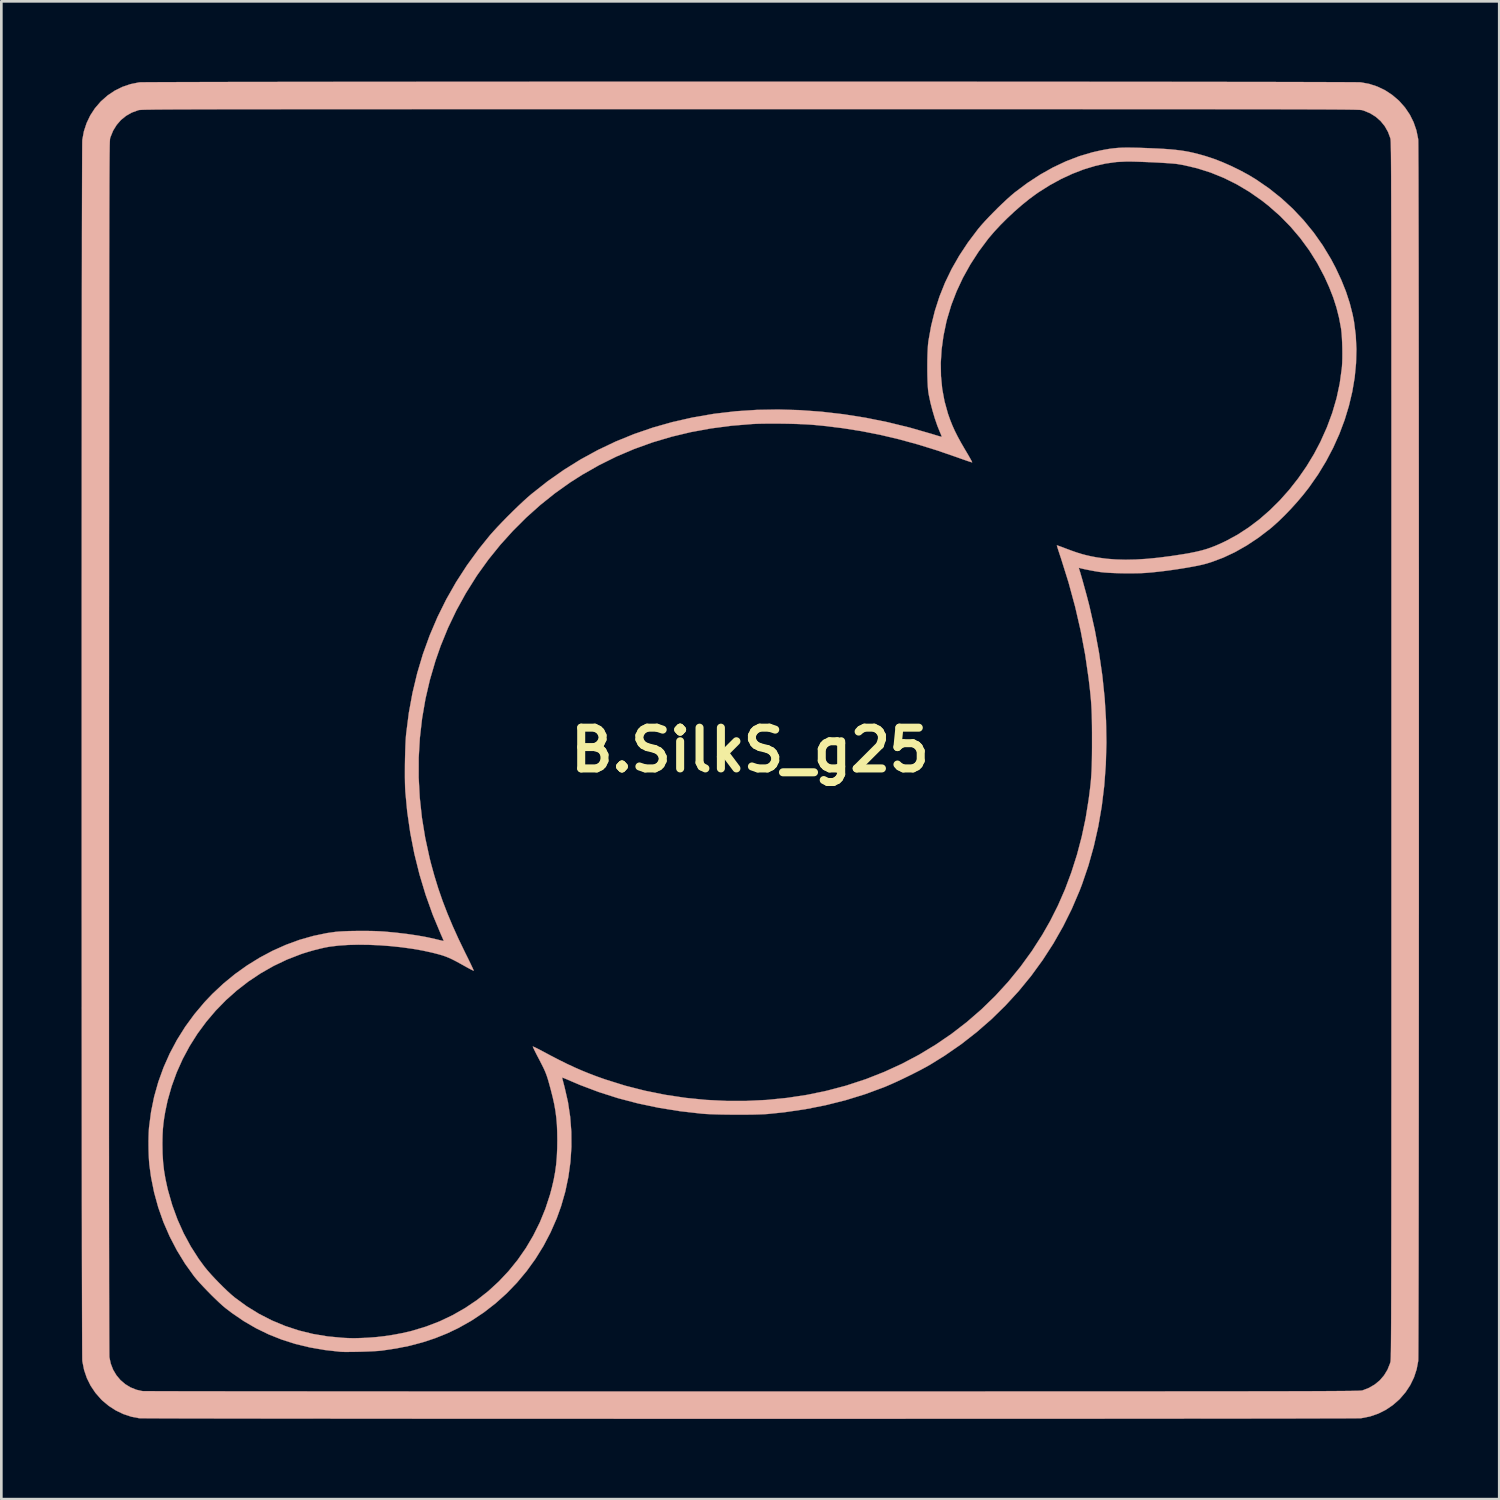
<source format=kicad_pcb>
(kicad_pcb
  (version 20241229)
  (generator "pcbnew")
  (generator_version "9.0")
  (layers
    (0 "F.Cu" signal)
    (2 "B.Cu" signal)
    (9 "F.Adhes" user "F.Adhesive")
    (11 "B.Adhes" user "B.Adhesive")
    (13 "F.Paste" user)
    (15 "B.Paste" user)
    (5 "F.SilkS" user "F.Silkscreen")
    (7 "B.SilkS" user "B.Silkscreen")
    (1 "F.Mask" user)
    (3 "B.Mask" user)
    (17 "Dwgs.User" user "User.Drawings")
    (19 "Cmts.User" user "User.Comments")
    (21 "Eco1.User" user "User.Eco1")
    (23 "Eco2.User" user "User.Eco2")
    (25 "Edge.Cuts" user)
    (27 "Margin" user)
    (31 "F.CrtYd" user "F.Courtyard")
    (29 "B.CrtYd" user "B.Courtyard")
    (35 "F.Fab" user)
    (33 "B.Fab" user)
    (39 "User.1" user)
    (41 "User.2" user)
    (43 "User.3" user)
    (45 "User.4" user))
  (footprint "B.SilkS_g25"
    (layer "F.Cu")
    (at 25.004 25.004)
    (property "Reference" "B.SilkS_g25" (at 0 0 0) (layer "F.SilkS") (effects (font (size 1.524 1.524) (thickness 0.3))))
    (attr through_hole)
    (fp_poly (pts (xy 0.975 -24.999) (xy 1.828 -24.999) (xy 2.678 -24.999) (xy 3.525 -24.999) (xy 4.368 -24.999) (xy 5.205 -24.999) (xy 6.036 -24.999) (xy 6.859 -24.998) (xy 7.674 -24.998) (xy 8.479 -24.998) (xy 9.273 -24.997) (xy 10.055 -24.997) (xy 10.825 -24.997) (xy 11.58 -24.996) (xy 12.32 -24.996) (xy 13.045 -24.995) (xy 13.752 -24.995) (xy 14.441 -24.994) (xy 15.111 -24.994) (xy 15.761 -24.993) (xy 16.389 -24.992) (xy 16.994 -24.992) (xy 17.577 -24.991) (xy 18.134 -24.99) (xy 18.666 -24.989) (xy 19.172 -24.989) (xy 19.649 -24.988) (xy 20.098 -24.987) (xy 20.517 -24.986) (xy 20.905 -24.985) (xy 21.261 -24.984) (xy 21.584 -24.983) (xy 21.873 -24.982) (xy 22.127 -24.981) (xy 22.344 -24.98) (xy 22.524 -24.979) (xy 22.666 -24.978) (xy 22.768 -24.977) (xy 22.83 -24.975) (xy 22.849 -24.974) (xy 23.166 -24.915) (xy 23.469 -24.815) (xy 23.755 -24.678) (xy 24.023 -24.502) (xy 24.27 -24.291) (xy 24.292 -24.269) (xy 24.504 -24.028) (xy 24.682 -23.765) (xy 24.823 -23.481) (xy 24.927 -23.18) (xy 24.991 -22.865) (xy 24.996 -22.828) (xy 24.997 -22.797) (xy 24.998 -22.725) (xy 24.999 -22.612) (xy 25 -22.46) (xy 25.001 -22.27) (xy 25.002 -22.043) (xy 25.004 -21.78) (xy 25.005 -21.482) (xy 25.006 -21.151) (xy 25.006 -20.786) (xy 25.007 -20.39) (xy 25.008 -19.963) (xy 25.009 -19.507) (xy 25.01 -19.022) (xy 25.011 -18.51) (xy 25.012 -17.971) (xy 25.012 -17.407) (xy 25.013 -16.818) (xy 25.014 -16.207) (xy 25.014 -15.573) (xy 25.015 -14.918) (xy 25.015 -14.243) (xy 25.016 -13.549) (xy 25.017 -12.837) (xy 25.017 -12.109) (xy 25.017 -11.364) (xy 25.018 -10.605) (xy 25.018 -9.832) (xy 25.019 -9.047) (xy 25.019 -8.25) (xy 25.019 -7.442) (xy 25.02 -6.625) (xy 25.02 -5.8) (xy 25.02 -4.968) (xy 25.02 -4.129) (xy 25.02 -3.285) (xy 25.02 -2.437) (xy 25.02 -1.586) (xy 25.02 -0.733) (xy 25.02 0.121) (xy 25.02 0.975) (xy 25.02 1.828) (xy 25.02 2.678) (xy 25.02 3.525) (xy 25.02 4.368) (xy 25.02 5.205) (xy 25.02 6.036) (xy 25.019 6.859) (xy 25.019 7.674) (xy 25.019 8.479) (xy 25.019 9.273) (xy 25.018 10.055) (xy 25.018 10.825) (xy 25.017 11.58) (xy 25.017 12.32) (xy 25.016 13.045) (xy 25.016 13.752) (xy 25.015 14.441) (xy 25.015 15.111) (xy 25.014 15.761) (xy 25.013 16.389) (xy 25.013 16.994) (xy 25.012 17.577) (xy 25.011 18.134) (xy 25.011 18.666) (xy 25.01 19.172) (xy 25.009 19.649) (xy 25.008 20.098) (xy 25.007 20.517) (xy 25.006 20.905) (xy 25.005 21.261) (xy 25.004 21.584) (xy 25.003 21.873) (xy 25.002 22.127) (xy 25.001 22.344) (xy 25 22.524) (xy 24.999 22.666) (xy 24.998 22.768) (xy 24.996 22.83) (xy 24.996 22.849) (xy 24.936 23.166) (xy 24.837 23.468) (xy 24.699 23.753) (xy 24.524 24.02) (xy 24.313 24.266) (xy 24.29 24.29) (xy 24.046 24.504) (xy 23.781 24.683) (xy 23.497 24.825) (xy 23.197 24.928) (xy 22.882 24.991) (xy 22.849 24.996) (xy 22.82 24.997) (xy 22.748 24.998) (xy 22.637 24.999) (xy 22.487 25) (xy 22.298 25.001) (xy 22.073 25.002) (xy 21.811 25.002) (xy 21.515 25.003) (xy 21.184 25.004) (xy 20.821 25.005) (xy 20.426 25.006) (xy 20.001 25.007) (xy 19.546 25.007) (xy 19.062 25.008) (xy 18.551 25.009) (xy 18.014 25.009) (xy 17.451 25.01) (xy 16.863 25.011) (xy 16.253 25.011) (xy 15.62 25.012) (xy 14.966 25.012) (xy 14.293 25.013) (xy 13.6 25.013) (xy 12.889 25.014) (xy 12.161 25.014) (xy 11.418 25.014) (xy 10.659 25.015) (xy 9.887 25.015) (xy 9.103 25.015) (xy 8.307 25.016) (xy 7.5 25.016) (xy 6.684 25.016) (xy 5.859 25.016) (xy 5.027 25.017) (xy 4.189 25.017) (xy 3.345 25.017) (xy 2.498 25.017) (xy 1.647 25.017) (xy 0.794 25.017) (xy -0.06 25.017) (xy -0.914 25.017) (xy -1.766 25.017) (xy -2.617 25.017) (xy -3.464 25.017) (xy -4.307 25.017) (xy -5.144 25.016) (xy -5.975 25.016) (xy -6.799 25.016) (xy -7.613 25.016) (xy -8.419 25.016) (xy -9.213 25.015) (xy -9.996 25.015) (xy -10.767 25.015) (xy -11.523 25.014) (xy -12.264 25.014) (xy -12.99 25.013) (xy -13.698 25.013) (xy -14.388 25.012) (xy -15.059 25.012) (xy -15.71 25.011) (xy -16.34 25.011) (xy -16.947 25.01) (xy -17.531 25.01) (xy -18.09 25.009) (xy -18.624 25.008) (xy -19.132 25.008) (xy -19.611 25.007) (xy -20.062 25.006) (xy -20.484 25.005) (xy -20.874 25.005) (xy -21.233 25.004) (xy -21.558 25.003) (xy -21.85 25.002) (xy -22.106 25.001) (xy -22.327 25) (xy -22.51 24.999) (xy -22.655 24.998) (xy -22.761 24.997) (xy -22.826 24.996) (xy -22.849 24.995) (xy -23.147 24.937) (xy -23.438 24.84) (xy -23.718 24.706) (xy -23.979 24.539) (xy -24.217 24.342) (xy -24.269 24.291) (xy -24.484 24.046) (xy -24.663 23.78) (xy -24.804 23.496) (xy -24.907 23.195) (xy -24.97 22.88) (xy -24.974 22.849) (xy -24.976 22.818) (xy -24.977 22.746) (xy -24.978 22.633) (xy -24.979 22.481) (xy -24.98 22.291) (xy -24.981 22.064) (xy -24.982 21.801) (xy -24.983 21.504) (xy -24.984 21.172) (xy -24.985 20.808) (xy -24.986 20.411) (xy -24.987 19.985) (xy -24.988 19.528) (xy -24.989 19.043) (xy -24.99 18.531) (xy -24.99 17.992) (xy -24.991 17.428) (xy -24.992 16.84) (xy -24.992 16.228) (xy -24.993 15.594) (xy -24.994 14.939) (xy -24.994 14.264) (xy -24.995 13.57) (xy -24.995 12.859) (xy -24.996 12.13) (xy -24.996 11.386) (xy -24.997 10.626) (xy -24.997 9.853) (xy -24.997 9.068) (xy -24.998 8.58) (xy -23.978 8.58) (xy -23.978 9.652) (xy -23.978 10.682) (xy -23.978 11.67) (xy -23.978 12.615) (xy -23.978 13.518) (xy -23.978 14.379) (xy -23.977 15.197) (xy -23.977 15.974) (xy -23.977 16.708) (xy -23.976 17.4) (xy -23.976 18.049) (xy -23.975 18.656) (xy -23.974 19.221) (xy -23.974 19.744) (xy -23.973 20.224) (xy -23.972 20.662) (xy -23.971 21.058) (xy -23.97 21.412) (xy -23.969 21.723) (xy -23.968 21.992) (xy -23.967 22.219) (xy -23.966 22.403) (xy -23.965 22.545) (xy -23.964 22.644) (xy -23.963 22.702) (xy -23.962 22.716) (xy -23.91 22.957) (xy -23.823 23.181) (xy -23.702 23.385) (xy -23.552 23.565) (xy -23.375 23.718) (xy -23.175 23.841) (xy -22.955 23.93) (xy -22.736 23.98) (xy -22.71 23.981) (xy -22.642 23.982) (xy -22.534 23.983) (xy -22.386 23.983) (xy -22.199 23.984) (xy -21.974 23.985) (xy -21.712 23.985) (xy -21.414 23.986) (xy -21.081 23.987) (xy -20.713 23.987) (xy -20.311 23.988) (xy -19.877 23.988) (xy -19.41 23.989) (xy -18.913 23.99) (xy -18.386 23.99) (xy -17.829 23.991) (xy -17.244 23.991) (xy -16.632 23.991) (xy -15.992 23.992) (xy -15.328 23.992) (xy -14.638 23.993) (xy -13.924 23.993) (xy -13.187 23.993) (xy -12.427 23.994) (xy -11.647 23.994) (xy -10.845 23.994) (xy -10.024 23.994) (xy -9.184 23.995) (xy -8.327 23.995) (xy -7.452 23.995) (xy -6.561 23.995) (xy -5.655 23.995) (xy -4.734 23.995) (xy -3.799 23.995) (xy -2.852 23.995) (xy -1.893 23.995) (xy -0.924 23.995) (xy 0.056 23.995) (xy 0.085 23.995) (xy 1.265 23.995) (xy 2.404 23.995) (xy 3.503 23.994) (xy 4.561 23.994) (xy 5.58 23.994) (xy 6.56 23.994) (xy 7.502 23.994) (xy 8.408 23.994) (xy 9.277 23.993) (xy 10.11 23.993) (xy 10.909 23.993) (xy 11.673 23.993) (xy 12.404 23.993) (xy 13.103 23.992) (xy 13.769 23.992) (xy 14.405 23.992) (xy 15.01 23.992) (xy 15.586 23.991) (xy 16.132 23.991) (xy 16.651 23.991) (xy 17.142 23.99) (xy 17.607 23.99) (xy 18.046 23.989) (xy 18.459 23.989) (xy 18.849 23.988) (xy 19.214 23.988) (xy 19.557 23.987) (xy 19.878 23.987) (xy 20.177 23.986) (xy 20.456 23.985) (xy 20.715 23.985) (xy 20.955 23.984) (xy 21.176 23.983) (xy 21.38 23.982) (xy 21.567 23.981) (xy 21.738 23.98) (xy 21.893 23.979) (xy 22.034 23.978) (xy 22.161 23.977) (xy 22.275 23.976) (xy 22.376 23.975) (xy 22.466 23.974) (xy 22.545 23.973) (xy 22.614 23.971) (xy 22.673 23.97) (xy 22.724 23.969) (xy 22.767 23.967) (xy 22.803 23.965) (xy 22.832 23.964) (xy 22.856 23.962) (xy 22.875 23.96) (xy 22.889 23.959) (xy 22.901 23.957) (xy 22.909 23.955) (xy 22.913 23.954) (xy 23.154 23.86) (xy 23.37 23.734) (xy 23.56 23.577) (xy 23.719 23.391) (xy 23.847 23.18) (xy 23.941 22.945) (xy 23.954 22.902) (xy 23.956 22.894) (xy 23.958 22.884) (xy 23.96 22.871) (xy 23.962 22.854) (xy 23.963 22.833) (xy 23.965 22.806) (xy 23.967 22.774) (xy 23.968 22.735) (xy 23.97 22.689) (xy 23.971 22.634) (xy 23.972 22.571) (xy 23.974 22.498) (xy 23.975 22.414) (xy 23.976 22.32) (xy 23.977 22.213) (xy 23.978 22.094) (xy 23.979 21.962) (xy 23.98 21.815) (xy 23.981 21.654) (xy 23.982 21.477) (xy 23.983 21.283) (xy 23.984 21.073) (xy 23.984 20.844) (xy 23.985 20.597) (xy 23.986 20.33) (xy 23.986 20.044) (xy 23.987 19.736) (xy 23.987 19.407) (xy 23.988 19.056) (xy 23.988 18.681) (xy 23.989 18.283) (xy 23.989 17.859) (xy 23.99 17.411) (xy 23.99 16.936) (xy 23.99 16.435) (xy 23.991 15.906) (xy 23.991 15.349) (xy 23.991 14.762) (xy 23.991 14.146) (xy 23.991 13.499) (xy 23.992 12.82) (xy 23.992 12.11) (xy 23.992 11.367) (xy 23.992 10.59) (xy 23.992 9.779) (xy 23.992 8.932) (xy 23.992 8.05) (xy 23.992 7.131) (xy 23.992 6.175) (xy 23.992 5.181) (xy 23.992 4.148) (xy 23.992 3.076) (xy 23.992 1.963) (xy 23.992 0.809) (xy 23.992 0.011) (xy 23.992 -1.171) (xy 23.992 -2.312) (xy 23.992 -3.411) (xy 23.992 -4.471) (xy 23.992 -5.491) (xy 23.992 -6.473) (xy 23.992 -7.416) (xy 23.992 -8.323) (xy 23.992 -9.193) (xy 23.992 -10.028) (xy 23.992 -10.828) (xy 23.992 -11.593) (xy 23.992 -12.326) (xy 23.992 -13.026) (xy 23.991 -13.694) (xy 23.991 -14.33) (xy 23.991 -14.937) (xy 23.991 -15.514) (xy 23.99 -16.062) (xy 23.99 -16.582) (xy 23.99 -17.074) (xy 23.99 -17.54) (xy 23.989 -17.98) (xy 23.989 -18.395) (xy 23.988 -18.786) (xy 23.988 -19.153) (xy 23.987 -19.497) (xy 23.987 -19.819) (xy 23.986 -20.119) (xy 23.985 -20.399) (xy 23.985 -20.659) (xy 23.984 -20.9) (xy 23.983 -21.123) (xy 23.983 -21.327) (xy 23.982 -21.516) (xy 23.981 -21.687) (xy 23.98 -21.844) (xy 23.979 -21.986) (xy 23.978 -22.114) (xy 23.977 -22.229) (xy 23.976 -22.331) (xy 23.974 -22.422) (xy 23.973 -22.502) (xy 23.972 -22.572) (xy 23.97 -22.632) (xy 23.969 -22.684) (xy 23.968 -22.728) (xy 23.966 -22.764) (xy 23.964 -22.794) (xy 23.963 -22.819) (xy 23.961 -22.839) (xy 23.959 -22.854) (xy 23.957 -22.866) (xy 23.955 -22.876) (xy 23.954 -22.881) (xy 23.866 -23.119) (xy 23.744 -23.335) (xy 23.59 -23.525) (xy 23.407 -23.686) (xy 23.198 -23.817) (xy 22.965 -23.914) (xy 22.902 -23.933) (xy 22.894 -23.935) (xy 22.884 -23.937) (xy 22.871 -23.939) (xy 22.854 -23.94) (xy 22.833 -23.942) (xy 22.806 -23.944) (xy 22.774 -23.945) (xy 22.735 -23.947) (xy 22.689 -23.948) (xy 22.634 -23.95) (xy 22.571 -23.951) (xy 22.498 -23.952) (xy 22.414 -23.954) (xy 22.32 -23.955) (xy 22.213 -23.956) (xy 22.094 -23.957) (xy 21.962 -23.958) (xy 21.815 -23.959) (xy 21.654 -23.96) (xy 21.477 -23.961) (xy 21.283 -23.962) (xy 21.073 -23.962) (xy 20.844 -23.963) (xy 20.597 -23.964) (xy 20.33 -23.965) (xy 20.044 -23.965) (xy 19.736 -23.966) (xy 19.407 -23.966) (xy 19.056 -23.967) (xy 18.681 -23.967) (xy 18.283 -23.968) (xy 17.859 -23.968) (xy 17.411 -23.968) (xy 16.936 -23.969) (xy 16.435 -23.969) (xy 15.906 -23.969) (xy 15.349 -23.97) (xy 14.762 -23.97) (xy 14.146 -23.97) (xy 13.499 -23.97) (xy 12.82 -23.97) (xy 12.11 -23.971) (xy 11.367 -23.971) (xy 10.59 -23.971) (xy 9.779 -23.971) (xy 8.932 -23.971) (xy 8.05 -23.971) (xy 7.131 -23.971) (xy 6.175 -23.971) (xy 5.181 -23.971) (xy 4.148 -23.971) (xy 3.076 -23.971) (xy 1.963 -23.971) (xy 0.809 -23.971) (xy 0.011 -23.971) (xy -1.171 -23.971) (xy -2.312 -23.971) (xy -3.411 -23.971) (xy -4.47 -23.971) (xy -5.49 -23.971) (xy -6.472 -23.971) (xy -7.415 -23.971) (xy -8.322 -23.971) (xy -9.192 -23.971) (xy -10.026 -23.971) (xy -10.826 -23.971) (xy -11.592 -23.971) (xy -12.324 -23.971) (xy -13.024 -23.97) (xy -13.691 -23.97) (xy -14.328 -23.97) (xy -14.935 -23.97) (xy -15.511 -23.97) (xy -16.059 -23.969) (xy -16.579 -23.969) (xy -17.071 -23.969) (xy -17.537 -23.968) (xy -17.977 -23.968) (xy -18.392 -23.968) (xy -18.783 -23.967) (xy -19.149 -23.967) (xy -19.493 -23.966) (xy -19.815 -23.966) (xy -20.116 -23.965) (xy -20.396 -23.964) (xy -20.656 -23.964) (xy -20.897 -23.963) (xy -21.119 -23.962) (xy -21.324 -23.961) (xy -21.512 -23.961) (xy -21.684 -23.96) (xy -21.841 -23.959) (xy -21.982 -23.958) (xy -22.111 -23.957) (xy -22.225 -23.956) (xy -22.328 -23.955) (xy -22.419 -23.953) (xy -22.499 -23.952) (xy -22.569 -23.951) (xy -22.629 -23.949) (xy -22.681 -23.948) (xy -22.725 -23.946) (xy -22.762 -23.945) (xy -22.792 -23.943) (xy -22.817 -23.942) (xy -22.837 -23.94) (xy -22.852 -23.938) (xy -22.865 -23.936) (xy -22.875 -23.934) (xy -22.881 -23.932) (xy -23.123 -23.844) (xy -23.339 -23.721) (xy -23.529 -23.567) (xy -23.69 -23.382) (xy -23.822 -23.169) (xy -23.92 -22.93) (xy -23.933 -22.892) (xy -23.935 -22.884) (xy -23.936 -22.874) (xy -23.938 -22.861) (xy -23.94 -22.845) (xy -23.942 -22.823) (xy -23.943 -22.797) (xy -23.945 -22.765) (xy -23.947 -22.725) (xy -23.948 -22.679) (xy -23.95 -22.624) (xy -23.951 -22.559) (xy -23.952 -22.486) (xy -23.953 -22.401) (xy -23.955 -22.306) (xy -23.956 -22.198) (xy -23.957 -22.078) (xy -23.958 -21.944) (xy -23.959 -21.796) (xy -23.96 -21.633) (xy -23.961 -21.454) (xy -23.962 -21.258) (xy -23.963 -21.046) (xy -23.963 -20.815) (xy -23.964 -20.565) (xy -23.965 -20.296) (xy -23.966 -20.007) (xy -23.966 -19.697) (xy -23.967 -19.365) (xy -23.967 -19.011) (xy -23.968 -18.633) (xy -23.969 -18.231) (xy -23.969 -17.804) (xy -23.97 -17.352) (xy -23.97 -16.874) (xy -23.97 -16.369) (xy -23.971 -15.836) (xy -23.971 -15.274) (xy -23.972 -14.683) (xy -23.972 -14.063) (xy -23.972 -13.411) (xy -23.973 -12.728) (xy -23.973 -12.013) (xy -23.973 -11.264) (xy -23.974 -10.482) (xy -23.974 -9.666) (xy -23.974 -8.814) (xy -23.975 -7.926) (xy -23.975 -7.002) (xy -23.975 -6.039) (xy -23.976 -5.039) (xy -23.976 -4) (xy -23.976 -2.921) (xy -23.977 -1.801) (xy -23.977 -0.64) (xy -23.977 -0.106) (xy -23.977 1.262) (xy -23.978 2.587) (xy -23.978 3.87) (xy -23.978 5.111) (xy -23.978 6.31) (xy -23.978 7.466) (xy -23.978 8.58) (xy -24.998 8.58) (xy -24.998 8.271) (xy -24.998 7.464) (xy -24.998 6.647) (xy -24.999 5.821) (xy -24.999 4.989) (xy -24.999 4.15) (xy -24.999 3.306) (xy -24.999 2.458) (xy -24.999 1.607) (xy -24.999 0.754) (xy -24.999 -0.1) (xy -24.999 -0.954) (xy -24.999 -1.807) (xy -24.999 -2.657) (xy -24.999 -3.504) (xy -24.999 -4.347) (xy -24.999 -5.184) (xy -24.999 -6.015) (xy -24.998 -6.838) (xy -24.998 -7.653) (xy -24.998 -8.458) (xy -24.997 -9.252) (xy -24.997 -10.034) (xy -24.997 -10.803) (xy -24.996 -11.559) (xy -24.996 -12.299) (xy -24.995 -13.024) (xy -24.995 -13.731) (xy -24.994 -14.42) (xy -24.994 -15.09) (xy -24.993 -15.739) (xy -24.992 -16.368) (xy -24.992 -16.973) (xy -24.991 -17.556) (xy -24.99 -18.113) (xy -24.989 -18.645) (xy -24.989 -19.151) (xy -24.988 -19.628) (xy -24.987 -20.077) (xy -24.986 -20.496) (xy -24.985 -20.884) (xy -24.984 -21.24) (xy -24.983 -21.563) (xy -24.982 -21.852) (xy -24.981 -22.106) (xy -24.98 -22.323) (xy -24.979 -22.503) (xy -24.978 -22.645) (xy -24.977 -22.747) (xy -24.975 -22.809) (xy -24.974 -22.828) (xy -24.915 -23.145) (xy -24.815 -23.448) (xy -24.678 -23.735) (xy -24.504 -24.002) (xy -24.294 -24.247) (xy -24.27 -24.27) (xy -24.028 -24.484) (xy -23.763 -24.662) (xy -23.478 -24.803) (xy -23.177 -24.906) (xy -22.861 -24.97) (xy -22.828 -24.974) (xy -22.797 -24.976) (xy -22.725 -24.977) (xy -22.612 -24.978) (xy -22.46 -24.979) (xy -22.27 -24.98) (xy -22.043 -24.981) (xy -21.78 -24.982) (xy -21.482 -24.983) (xy -21.151 -24.984) (xy -20.786 -24.985) (xy -20.39 -24.986) (xy -19.963 -24.987) (xy -19.507 -24.988) (xy -19.022 -24.989) (xy -18.51 -24.99) (xy -17.971 -24.99) (xy -17.407 -24.991) (xy -16.818 -24.992) (xy -16.207 -24.992) (xy -15.573 -24.993) (xy -14.918 -24.994) (xy -14.243 -24.994) (xy -13.549 -24.995) (xy -12.837 -24.995) (xy -12.109 -24.996) (xy -11.364 -24.996) (xy -10.605 -24.997) (xy -9.832 -24.997) (xy -9.047 -24.997) (xy -8.25 -24.998) (xy -7.442 -24.998) (xy -6.625 -24.998) (xy -5.8 -24.999) (xy -4.968 -24.999) (xy -4.129 -24.999) (xy -3.285 -24.999) (xy -2.437 -24.999) (xy -1.586 -24.999) (xy -0.733 -24.999) (xy 0.121 -24.999) (xy 0.975 -24.999)) (stroke (width 0.01) (type solid)) (fill yes) (layer "B.SilkS"))
    (fp_poly (pts (xy 14.299 -22.531) (xy 14.529 -22.526) (xy 14.668 -22.521) (xy 14.984 -22.509) (xy 15.262 -22.497) (xy 15.508 -22.483) (xy 15.727 -22.467) (xy 15.924 -22.448) (xy 16.106 -22.426) (xy 16.276 -22.4) (xy 16.439 -22.37) (xy 16.603 -22.333) (xy 16.77 -22.291) (xy 16.947 -22.242) (xy 17.05 -22.212) (xy 17.351 -22.113) (xy 17.671 -21.989) (xy 18 -21.844) (xy 18.326 -21.685) (xy 18.641 -21.515) (xy 18.923 -21.345) (xy 19.412 -21.009) (xy 19.874 -20.641) (xy 20.308 -20.242) (xy 20.711 -19.813) (xy 21.084 -19.357) (xy 21.424 -18.875) (xy 21.731 -18.367) (xy 21.907 -18.034) (xy 22.118 -17.582) (xy 22.294 -17.144) (xy 22.434 -16.715) (xy 22.542 -16.291) (xy 22.595 -16.016) (xy 22.659 -15.509) (xy 22.684 -14.992) (xy 22.67 -14.467) (xy 22.619 -13.937) (xy 22.529 -13.405) (xy 22.403 -12.873) (xy 22.242 -12.344) (xy 22.045 -11.82) (xy 21.814 -11.306) (xy 21.549 -10.802) (xy 21.252 -10.312) (xy 20.922 -9.839) (xy 20.893 -9.8) (xy 20.69 -9.542) (xy 20.468 -9.279) (xy 20.234 -9.02) (xy 19.996 -8.773) (xy 19.76 -8.544) (xy 19.535 -8.342) (xy 19.452 -8.273) (xy 19.019 -7.942) (xy 18.582 -7.652) (xy 18.142 -7.402) (xy 17.699 -7.194) (xy 17.254 -7.028) (xy 17.073 -6.972) (xy 16.927 -6.934) (xy 16.745 -6.894) (xy 16.534 -6.854) (xy 16.301 -6.813) (xy 16.053 -6.773) (xy 15.796 -6.735) (xy 15.537 -6.7) (xy 15.283 -6.67) (xy 15.04 -6.644) (xy 14.815 -6.625) (xy 14.799 -6.624) (xy 14.639 -6.615) (xy 14.453 -6.61) (xy 14.25 -6.608) (xy 14.037 -6.608) (xy 13.822 -6.612) (xy 13.615 -6.619) (xy 13.424 -6.628) (xy 13.257 -6.64) (xy 13.123 -6.654) (xy 13.105 -6.656) (xy 13.002 -6.672) (xy 12.883 -6.692) (xy 12.756 -6.715) (xy 12.631 -6.74) (xy 12.516 -6.763) (xy 12.419 -6.785) (xy 12.35 -6.802) (xy 12.325 -6.81) (xy 12.301 -6.813) (xy 12.305 -6.787) (xy 12.307 -6.782) (xy 12.323 -6.734) (xy 12.349 -6.652) (xy 12.381 -6.54) (xy 12.42 -6.407) (xy 12.462 -6.257) (xy 12.506 -6.097) (xy 12.551 -5.934) (xy 12.595 -5.773) (xy 12.635 -5.62) (xy 12.671 -5.483) (xy 12.699 -5.37) (xy 12.896 -4.498) (xy 13.056 -3.633) (xy 13.18 -2.777) (xy 13.267 -1.932) (xy 13.318 -1.098) (xy 13.332 -0.276) (xy 13.31 0.532) (xy 13.252 1.325) (xy 13.158 2.102) (xy 13.027 2.862) (xy 12.86 3.603) (xy 12.658 4.325) (xy 12.419 5.027) (xy 12.328 5.264) (xy 12.038 5.942) (xy 11.71 6.602) (xy 11.347 7.24) (xy 10.949 7.855) (xy 10.518 8.448) (xy 10.054 9.015) (xy 9.558 9.556) (xy 9.033 10.07) (xy 8.478 10.554) (xy 7.895 11.009) (xy 7.285 11.431) (xy 6.742 11.768) (xy 6.577 11.861) (xy 6.383 11.966) (xy 6.166 12.077) (xy 5.937 12.191) (xy 5.705 12.304) (xy 5.477 12.411) (xy 5.263 12.507) (xy 5.072 12.589) (xy 5.006 12.616) (xy 4.303 12.875) (xy 3.578 13.099) (xy 2.832 13.286) (xy 2.065 13.437) (xy 1.278 13.552) (xy 0.667 13.615) (xy 0.526 13.624) (xy 0.349 13.631) (xy 0.145 13.637) (xy -0.081 13.64) (xy -0.32 13.642) (xy -0.567 13.642) (xy -0.814 13.639) (xy -1.054 13.636) (xy -1.28 13.63) (xy -1.485 13.623) (xy -1.662 13.614) (xy -1.799 13.604) (xy -2.621 13.51) (xy -3.417 13.382) (xy -4.189 13.22) (xy -4.936 13.024) (xy -5.66 12.793) (xy -6.359 12.529) (xy -6.7 12.384) (xy -6.807 12.337) (xy -6.9 12.298) (xy -6.972 12.27) (xy -7.016 12.255) (xy -7.027 12.254) (xy -7.022 12.279) (xy -7.008 12.338) (xy -6.986 12.423) (xy -6.958 12.529) (xy -6.933 12.625) (xy -6.809 13.17) (xy -6.726 13.724) (xy -6.683 14.284) (xy -6.68 14.846) (xy -6.717 15.409) (xy -6.794 15.968) (xy -6.91 16.521) (xy -7.066 17.065) (xy -7.23 17.52) (xy -7.461 18.047) (xy -7.726 18.553) (xy -8.025 19.035) (xy -8.355 19.492) (xy -8.715 19.923) (xy -9.103 20.326) (xy -9.519 20.699) (xy -9.96 21.041) (xy -10.425 21.349) (xy -10.911 21.623) (xy -11.334 21.824) (xy -11.78 22.003) (xy -12.241 22.155) (xy -12.72 22.282) (xy -13.225 22.384) (xy -13.76 22.464) (xy -13.801 22.469) (xy -13.896 22.478) (xy -14.023 22.486) (xy -14.175 22.494) (xy -14.344 22.501) (xy -14.522 22.507) (xy -14.701 22.511) (xy -14.874 22.514) (xy -15.032 22.515) (xy -15.169 22.515) (xy -15.276 22.512) (xy -15.325 22.509) (xy -15.911 22.443) (xy -16.469 22.346) (xy -17.003 22.217) (xy -17.513 22.055) (xy -18.003 21.86) (xy -18.476 21.63) (xy -18.932 21.365) (xy -19.374 21.063) (xy -19.621 20.875) (xy -19.727 20.786) (xy -19.853 20.671) (xy -19.994 20.537) (xy -20.144 20.391) (xy -20.294 20.238) (xy -20.44 20.086) (xy -20.575 19.941) (xy -20.691 19.81) (xy -20.783 19.699) (xy -20.794 19.685) (xy -21.134 19.211) (xy -21.438 18.714) (xy -21.707 18.197) (xy -21.94 17.662) (xy -22.134 17.112) (xy -22.289 16.549) (xy -22.404 15.978) (xy -22.468 15.507) (xy -22.481 15.341) (xy -22.491 15.146) (xy -22.497 14.933) (xy -22.499 14.764) (xy -21.979 14.764) (xy -21.973 15.107) (xy -21.953 15.423) (xy -21.919 15.728) (xy -21.867 16.036) (xy -21.797 16.36) (xy -21.77 16.472) (xy -21.611 17.027) (xy -21.415 17.563) (xy -21.184 18.078) (xy -20.918 18.57) (xy -20.618 19.039) (xy -20.405 19.329) (xy -20.301 19.457) (xy -20.173 19.603) (xy -20.027 19.761) (xy -19.87 19.924) (xy -19.711 20.083) (xy -19.555 20.233) (xy -19.41 20.365) (xy -19.284 20.472) (xy -19.264 20.488) (xy -18.824 20.809) (xy -18.364 21.092) (xy -17.886 21.337) (xy -17.39 21.544) (xy -16.877 21.713) (xy -16.346 21.844) (xy -15.8 21.935) (xy -15.237 21.988) (xy -15.166 21.992) (xy -15.035 21.998) (xy -14.916 22.001) (xy -14.799 22.002) (xy -14.675 22) (xy -14.534 21.995) (xy -14.366 21.988) (xy -14.245 21.981) (xy -13.961 21.959) (xy -13.652 21.923) (xy -13.333 21.874) (xy -13.017 21.814) (xy -12.719 21.747) (xy -12.647 21.728) (xy -12.119 21.568) (xy -11.609 21.372) (xy -11.12 21.139) (xy -10.653 20.872) (xy -10.209 20.573) (xy -9.789 20.242) (xy -9.395 19.88) (xy -9.029 19.491) (xy -8.691 19.074) (xy -8.383 18.631) (xy -8.107 18.164) (xy -7.863 17.674) (xy -7.654 17.163) (xy -7.48 16.631) (xy -7.411 16.372) (xy -7.342 16.076) (xy -7.289 15.79) (xy -7.25 15.506) (xy -7.225 15.212) (xy -7.211 14.896) (xy -7.207 14.605) (xy -7.211 14.296) (xy -7.222 14.018) (xy -7.244 13.76) (xy -7.276 13.51) (xy -7.32 13.257) (xy -7.379 12.991) (xy -7.453 12.699) (xy -7.464 12.658) (xy -7.511 12.487) (xy -7.551 12.345) (xy -7.589 12.224) (xy -7.628 12.115) (xy -7.671 12.009) (xy -7.722 11.897) (xy -7.785 11.771) (xy -7.862 11.62) (xy -7.91 11.529) (xy -7.974 11.407) (xy -8.029 11.298) (xy -8.074 11.206) (xy -8.106 11.138) (xy -8.123 11.099) (xy -8.124 11.093) (xy -8.104 11.097) (xy -8.053 11.119) (xy -7.977 11.156) (xy -7.881 11.204) (xy -7.772 11.262) (xy -7.768 11.264) (xy -7.431 11.444) (xy -7.123 11.603) (xy -6.836 11.745) (xy -6.563 11.872) (xy -6.298 11.988) (xy -6.033 12.096) (xy -5.762 12.2) (xy -5.478 12.301) (xy -5.387 12.332) (xy -4.661 12.559) (xy -3.921 12.747) (xy -3.171 12.898) (xy -2.413 13.012) (xy -1.651 13.088) (xy -0.886 13.126) (xy -0.123 13.126) (xy 0.637 13.089) (xy 1.39 13.013) (xy 2.134 12.9) (xy 2.866 12.748) (xy 3.582 12.559) (xy 3.636 12.542) (xy 4.341 12.31) (xy 5.026 12.04) (xy 5.69 11.735) (xy 6.332 11.395) (xy 6.951 11.02) (xy 7.546 10.613) (xy 8.115 10.173) (xy 8.658 9.702) (xy 9.173 9.201) (xy 9.659 8.67) (xy 10.116 8.11) (xy 10.542 7.523) (xy 10.936 6.909) (xy 11.227 6.399) (xy 11.519 5.819) (xy 11.785 5.21) (xy 12.022 4.575) (xy 12.231 3.919) (xy 12.408 3.247) (xy 12.554 2.562) (xy 12.665 1.87) (xy 12.667 1.86) (xy 12.695 1.647) (xy 12.719 1.455) (xy 12.739 1.279) (xy 12.755 1.11) (xy 12.767 0.944) (xy 12.777 0.774) (xy 12.784 0.593) (xy 12.789 0.395) (xy 12.792 0.174) (xy 12.794 -0.077) (xy 12.794 -0.36) (xy 12.794 -0.648) (xy 12.792 -0.901) (xy 12.789 -1.125) (xy 12.784 -1.327) (xy 12.777 -1.515) (xy 12.767 -1.694) (xy 12.754 -1.872) (xy 12.737 -2.055) (xy 12.717 -2.251) (xy 12.692 -2.466) (xy 12.667 -2.678) (xy 12.539 -3.562) (xy 12.371 -4.454) (xy 12.164 -5.354) (xy 11.917 -6.264) (xy 11.629 -7.184) (xy 11.6 -7.269) (xy 11.561 -7.388) (xy 11.527 -7.492) (xy 11.501 -7.576) (xy 11.484 -7.632) (xy 11.479 -7.655) (xy 11.479 -7.655) (xy 11.5 -7.65) (xy 11.554 -7.632) (xy 11.633 -7.604) (xy 11.731 -7.568) (xy 11.791 -7.544) (xy 12.019 -7.459) (xy 12.219 -7.389) (xy 12.401 -7.332) (xy 12.576 -7.286) (xy 12.752 -7.246) (xy 12.941 -7.21) (xy 13.018 -7.197) (xy 13.346 -7.153) (xy 13.688 -7.127) (xy 14.048 -7.117) (xy 14.431 -7.125) (xy 14.839 -7.15) (xy 15.277 -7.193) (xy 15.748 -7.254) (xy 15.949 -7.284) (xy 16.229 -7.328) (xy 16.474 -7.371) (xy 16.69 -7.415) (xy 16.886 -7.462) (xy 17.066 -7.513) (xy 17.239 -7.572) (xy 17.411 -7.639) (xy 17.59 -7.717) (xy 17.782 -7.808) (xy 17.812 -7.822) (xy 18.235 -8.052) (xy 18.65 -8.322) (xy 19.054 -8.627) (xy 19.444 -8.967) (xy 19.818 -9.337) (xy 20.173 -9.736) (xy 20.506 -10.16) (xy 20.816 -10.607) (xy 21.099 -11.074) (xy 21.336 -11.525) (xy 21.58 -12.069) (xy 21.782 -12.614) (xy 21.942 -13.162) (xy 22.06 -13.713) (xy 22.136 -14.269) (xy 22.143 -14.337) (xy 22.152 -14.48) (xy 22.157 -14.651) (xy 22.158 -14.841) (xy 22.156 -15.04) (xy 22.15 -15.239) (xy 22.141 -15.427) (xy 22.129 -15.596) (xy 22.114 -15.735) (xy 22.109 -15.769) (xy 22.036 -16.16) (xy 21.94 -16.541) (xy 21.818 -16.922) (xy 21.666 -17.31) (xy 21.485 -17.71) (xy 21.221 -18.209) (xy 20.92 -18.689) (xy 20.585 -19.146) (xy 20.217 -19.579) (xy 19.818 -19.985) (xy 19.389 -20.362) (xy 19.135 -20.561) (xy 18.679 -20.879) (xy 18.208 -21.159) (xy 17.725 -21.399) (xy 17.23 -21.6) (xy 16.725 -21.76) (xy 16.212 -21.88) (xy 15.991 -21.918) (xy 15.912 -21.928) (xy 15.797 -21.938) (xy 15.651 -21.949) (xy 15.483 -21.96) (xy 15.297 -21.971) (xy 15.1 -21.981) (xy 14.899 -21.99) (xy 14.699 -21.998) (xy 14.508 -22.005) (xy 14.33 -22.01) (xy 14.173 -22.012) (xy 14.1 -22.013) (xy 13.71 -21.994) (xy 13.308 -21.938) (xy 12.896 -21.844) (xy 12.477 -21.716) (xy 12.056 -21.553) (xy 11.634 -21.357) (xy 11.217 -21.129) (xy 10.806 -20.87) (xy 10.7 -20.797) (xy 10.443 -20.607) (xy 10.173 -20.389) (xy 9.9 -20.151) (xy 9.631 -19.9) (xy 9.374 -19.644) (xy 9.138 -19.39) (xy 8.93 -19.147) (xy 8.903 -19.113) (xy 8.553 -18.644) (xy 8.24 -18.159) (xy 7.964 -17.663) (xy 7.727 -17.156) (xy 7.529 -16.642) (xy 7.373 -16.122) (xy 7.346 -16.017) (xy 7.237 -15.494) (xy 7.167 -14.98) (xy 7.136 -14.477) (xy 7.144 -13.986) (xy 7.19 -13.508) (xy 7.276 -13.045) (xy 7.4 -12.597) (xy 7.41 -12.565) (xy 7.487 -12.348) (xy 7.569 -12.142) (xy 7.66 -11.939) (xy 7.766 -11.728) (xy 7.889 -11.502) (xy 8.034 -11.252) (xy 8.042 -11.239) (xy 8.117 -11.112) (xy 8.184 -10.998) (xy 8.239 -10.9) (xy 8.281 -10.825) (xy 8.305 -10.776) (xy 8.311 -10.759) (xy 8.289 -10.763) (xy 8.232 -10.78) (xy 8.146 -10.808) (xy 8.036 -10.846) (xy 7.907 -10.891) (xy 7.764 -10.942) (xy 7.743 -10.95) (xy 7.001 -11.206) (xy 6.279 -11.43) (xy 5.57 -11.624) (xy 4.868 -11.79) (xy 4.166 -11.928) (xy 3.458 -12.04) (xy 2.737 -12.127) (xy 2.381 -12.161) (xy 2.205 -12.174) (xy 1.994 -12.185) (xy 1.758 -12.195) (xy 1.505 -12.202) (xy 1.243 -12.207) (xy 0.981 -12.209) (xy 0.727 -12.209) (xy 0.49 -12.207) (xy 0.278 -12.202) (xy 0.099 -12.194) (xy 0.095 -12.194) (xy -0.696 -12.129) (xy -1.465 -12.028) (xy -2.212 -11.891) (xy -2.939 -11.717) (xy -3.645 -11.507) (xy -4.33 -11.26) (xy -4.996 -10.977) (xy -5.643 -10.656) (xy -6.271 -10.299) (xy -6.731 -10.006) (xy -7.294 -9.605) (xy -7.84 -9.168) (xy -8.366 -8.698) (xy -8.867 -8.198) (xy -9.341 -7.673) (xy -9.784 -7.125) (xy -10.192 -6.558) (xy -10.239 -6.487) (xy -10.631 -5.862) (xy -10.983 -5.222) (xy -11.297 -4.566) (xy -11.572 -3.892) (xy -11.765 -3.338) (xy -11.973 -2.628) (xy -12.14 -1.91) (xy -12.265 -1.184) (xy -12.349 -0.45) (xy -12.392 0.289) (xy -12.393 1.033) (xy -12.353 1.781) (xy -12.272 2.532) (xy -12.149 3.285) (xy -11.985 4.039) (xy -11.938 4.228) (xy -11.806 4.707) (xy -11.662 5.175) (xy -11.502 5.638) (xy -11.323 6.104) (xy -11.124 6.579) (xy -10.902 7.07) (xy -10.653 7.586) (xy -10.653 7.586) (xy -10.576 7.74) (xy -10.507 7.881) (xy -10.446 8.007) (xy -10.397 8.111) (xy -10.36 8.19) (xy -10.339 8.24) (xy -10.334 8.255) (xy -10.353 8.25) (xy -10.403 8.227) (xy -10.478 8.189) (xy -10.571 8.139) (xy -10.657 8.091) (xy -10.844 7.987) (xy -11.002 7.901) (xy -11.139 7.831) (xy -11.263 7.774) (xy -11.381 7.726) (xy -11.501 7.684) (xy -11.632 7.646) (xy -11.78 7.607) (xy -11.895 7.578) (xy -12.253 7.5) (xy -12.634 7.434) (xy -13.031 7.379) (xy -13.439 7.336) (xy -13.849 7.305) (xy -14.255 7.288) (xy -14.649 7.283) (xy -15.026 7.292) (xy -15.377 7.315) (xy -15.697 7.353) (xy -15.727 7.357) (xy -15.896 7.388) (xy -16.092 7.433) (xy -16.303 7.486) (xy -16.516 7.547) (xy -16.72 7.61) (xy -16.796 7.636) (xy -17.317 7.838) (xy -17.819 8.077) (xy -18.3 8.351) (xy -18.76 8.657) (xy -19.195 8.994) (xy -19.606 9.36) (xy -19.989 9.753) (xy -20.344 10.172) (xy -20.669 10.613) (xy -20.962 11.077) (xy -21.221 11.56) (xy -21.446 12.062) (xy -21.634 12.579) (xy -21.785 13.111) (xy -21.873 13.525) (xy -21.912 13.756) (xy -21.941 13.967) (xy -21.961 14.174) (xy -21.973 14.39) (xy -21.979 14.627) (xy -21.979 14.764) (xy -22.499 14.764) (xy -22.499 14.714) (xy -22.497 14.501) (xy -22.491 14.304) (xy -22.481 14.136) (xy -22.478 14.108) (xy -22.403 13.533) (xy -22.288 12.969) (xy -22.132 12.416) (xy -21.937 11.876) (xy -21.704 11.351) (xy -21.433 10.842) (xy -21.125 10.351) (xy -20.78 9.88) (xy -20.401 9.43) (xy -20.108 9.122) (xy -19.698 8.738) (xy -19.265 8.383) (xy -18.811 8.059) (xy -18.341 7.768) (xy -17.856 7.51) (xy -17.359 7.288) (xy -16.855 7.103) (xy -16.344 6.957) (xy -15.832 6.85) (xy -15.503 6.803) (xy -15.371 6.791) (xy -15.206 6.782) (xy -15.014 6.774) (xy -14.804 6.77) (xy -14.585 6.768) (xy -14.363 6.768) (xy -14.149 6.771) (xy -13.949 6.777) (xy -13.771 6.786) (xy -13.674 6.792) (xy -13.239 6.833) (xy -12.826 6.882) (xy -12.439 6.939) (xy -12.083 7.003) (xy -11.764 7.074) (xy -11.744 7.079) (xy -11.641 7.104) (xy -11.554 7.124) (xy -11.491 7.138) (xy -11.459 7.145) (xy -11.457 7.145) (xy -11.463 7.125) (xy -11.483 7.074) (xy -11.515 7) (xy -11.555 6.909) (xy -11.56 6.899) (xy -11.864 6.17) (xy -12.131 5.422) (xy -12.362 4.657) (xy -12.555 3.881) (xy -12.708 3.096) (xy -12.822 2.307) (xy -12.892 1.558) (xy -12.9 1.409) (xy -12.905 1.226) (xy -12.908 1.018) (xy -12.908 0.793) (xy -12.907 0.556) (xy -12.903 0.318) (xy -12.897 0.085) (xy -12.89 -0.136) (xy -12.881 -0.335) (xy -12.87 -0.506) (xy -12.86 -0.614) (xy -12.762 -1.384) (xy -12.624 -2.137) (xy -12.448 -2.872) (xy -12.234 -3.589) (xy -11.981 -4.288) (xy -11.69 -4.97) (xy -11.361 -5.634) (xy -10.993 -6.28) (xy -10.587 -6.907) (xy -10.143 -7.517) (xy -9.726 -8.033) (xy -9.593 -8.183) (xy -9.436 -8.354) (xy -9.26 -8.538) (xy -9.073 -8.73) (xy -8.879 -8.922) (xy -8.687 -9.109) (xy -8.502 -9.283) (xy -8.331 -9.439) (xy -8.18 -9.569) (xy -8.17 -9.577) (xy -7.578 -10.045) (xy -6.968 -10.474) (xy -6.339 -10.866) (xy -5.691 -11.22) (xy -5.023 -11.538) (xy -4.335 -11.818) (xy -3.628 -12.061) (xy -2.899 -12.267) (xy -2.149 -12.437) (xy -1.378 -12.57) (xy -1.291 -12.582) (xy -0.527 -12.671) (xy 0.254 -12.722) (xy 1.05 -12.736) (xy 1.858 -12.713) (xy 2.674 -12.654) (xy 3.497 -12.559) (xy 4.324 -12.428) (xy 5.152 -12.261) (xy 5.978 -12.059) (xy 6.8 -11.822) (xy 6.835 -11.811) (xy 6.946 -11.777) (xy 7.042 -11.748) (xy 7.116 -11.727) (xy 7.161 -11.716) (xy 7.171 -11.715) (xy 7.167 -11.737) (xy 7.149 -11.787) (xy 7.12 -11.856) (xy 7.11 -11.878) (xy 7.01 -12.126) (xy 6.914 -12.404) (xy 6.827 -12.698) (xy 6.75 -12.994) (xy 6.69 -13.279) (xy 6.675 -13.367) (xy 6.661 -13.476) (xy 6.65 -13.62) (xy 6.642 -13.791) (xy 6.636 -13.983) (xy 6.633 -14.187) (xy 6.633 -14.397) (xy 6.635 -14.605) (xy 6.64 -14.804) (xy 6.648 -14.986) (xy 6.658 -15.144) (xy 6.671 -15.271) (xy 6.674 -15.293) (xy 6.777 -15.869) (xy 6.915 -16.424) (xy 7.088 -16.962) (xy 7.297 -17.484) (xy 7.543 -17.993) (xy 7.829 -18.493) (xy 8.154 -18.985) (xy 8.521 -19.472) (xy 8.538 -19.494) (xy 8.647 -19.623) (xy 8.781 -19.773) (xy 8.935 -19.937) (xy 9.102 -20.108) (xy 9.274 -20.281) (xy 9.447 -20.447) (xy 9.612 -20.602) (xy 9.765 -20.738) (xy 9.897 -20.85) (xy 9.906 -20.857) (xy 10.376 -21.209) (xy 10.852 -21.52) (xy 11.335 -21.791) (xy 11.822 -22.021) (xy 12.313 -22.21) (xy 12.809 -22.357) (xy 13.123 -22.428) (xy 13.297 -22.461) (xy 13.457 -22.488) (xy 13.61 -22.507) (xy 13.763 -22.521) (xy 13.924 -22.53) (xy 14.1 -22.533) (xy 14.299 -22.531)) (stroke (width 0.01) (type solid)) (fill yes) (layer "B.SilkS")))
  (gr_rect
    (start -3 -3)
    (end 53.03 53.026)
    (stroke (width 0.1) (type default))
    (fill no)
    (layer "Edge.Cuts")))
</source>
